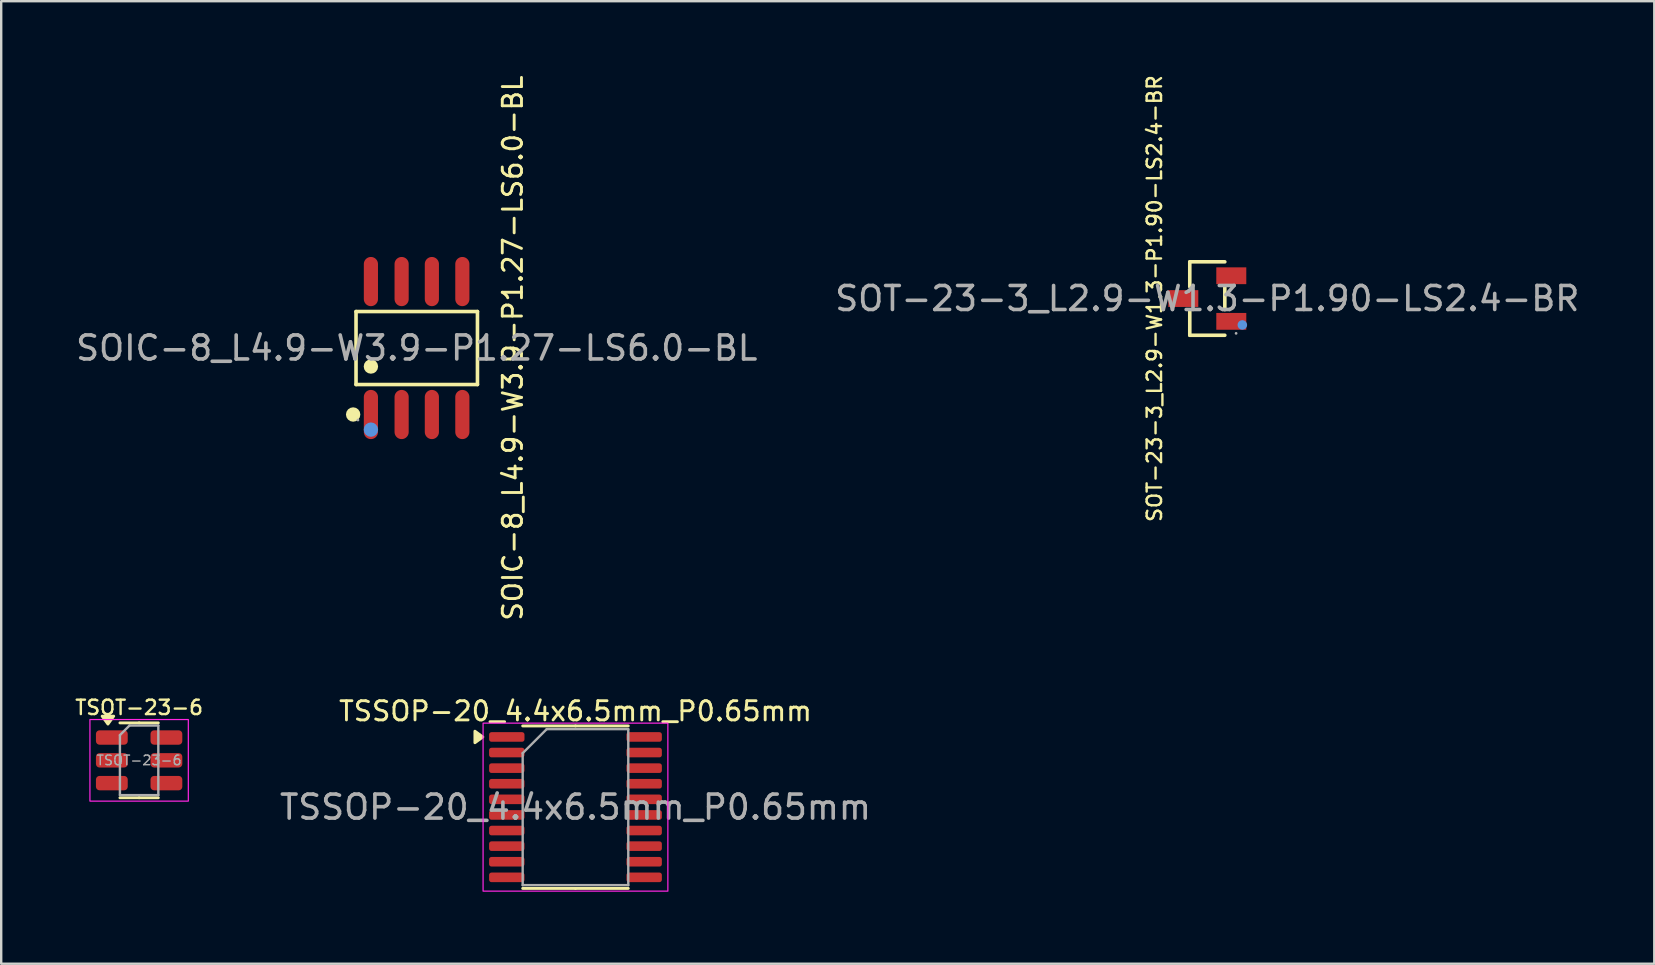
<source format=kicad_pcb>
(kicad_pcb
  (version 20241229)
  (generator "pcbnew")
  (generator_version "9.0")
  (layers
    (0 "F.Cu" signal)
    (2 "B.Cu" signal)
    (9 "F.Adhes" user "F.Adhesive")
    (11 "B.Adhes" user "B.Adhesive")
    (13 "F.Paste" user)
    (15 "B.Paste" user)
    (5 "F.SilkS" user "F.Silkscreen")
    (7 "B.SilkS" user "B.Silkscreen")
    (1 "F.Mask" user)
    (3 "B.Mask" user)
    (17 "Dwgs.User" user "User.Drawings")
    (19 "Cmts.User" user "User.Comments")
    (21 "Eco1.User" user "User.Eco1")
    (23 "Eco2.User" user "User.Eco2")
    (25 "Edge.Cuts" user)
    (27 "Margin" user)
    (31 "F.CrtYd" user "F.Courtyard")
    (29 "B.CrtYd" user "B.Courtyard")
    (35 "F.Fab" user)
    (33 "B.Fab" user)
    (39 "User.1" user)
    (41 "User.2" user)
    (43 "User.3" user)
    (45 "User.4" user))
  (footprint "SOT-23-3_L2.9-W1.3-P1.90-LS2.4-BR"
    (layer "F.Cu")
    (at 47.256 9.39)
    (property "Reference" "SOT-23-3_L2.9-W1.3-P1.90-LS2.4-BR" (at -2.2 0 270) (layer "F.SilkS") (effects (font (size 0.6 0.6) (thickness 0.1))))
    (attr smd)
    (fp_line (start -0.73 -1.53) (end -0.73 -0.49) (stroke (width 0.15) (type solid)) (layer "F.SilkS"))
    (fp_line (start -0.73 1.53) (end -0.73 0.49) (stroke (width 0.15) (type solid)) (layer "F.SilkS"))
    (fp_line (start 0.73 -1.53) (end -0.73 -1.53) (stroke (width 0.15) (type solid)) (layer "F.SilkS"))
    (fp_line (start 0.73 -0.46) (end 0.73 0.46) (stroke (width 0.15) (type solid)) (layer "F.SilkS"))
    (fp_line (start 0.73 1.53) (end -0.73 1.53) (stroke (width 0.15) (type solid)) (layer "F.SilkS"))
    (fp_circle (center 1.46 1.1) (end 1.56 1.1) (stroke (width 0.2) (type solid)) (fill no) (layer "Cmts.User"))
    (fp_circle (center 1.2 1.45) (end 1.23 1.45) (stroke (width 0.06) (type solid)) (fill no) (layer "F.Fab"))
    (fp_text user "${REFERENCE}" (at 0 0 180) (layer "F.Fab") (effects (font (size 1 1) (thickness 0.15))))
    (pad "1" smd rect (at 1 0.95) (size 1.25 0.7) (layers "F.Cu" "F.Mask" "F.Paste"))
    (pad "2" smd rect (at 1 -0.95) (size 1.25 0.7) (layers "F.Cu" "F.Mask" "F.Paste"))
    (pad "3" smd rect (at -1 0) (size 1.25 0.7) (layers "F.Cu" "F.Mask" "F.Paste")))
  (footprint "SOIC-8_L4.9-W3.9-P1.27-LS6.0-BL"
    (layer "F.Cu")
    (at 14.315 11.452)
    (property "Reference" "SOIC-8_L4.9-W3.9-P1.27-LS6.0-BL" (at 4 0 90) (layer "F.SilkS") (effects (font (size 0.8 0.8) (thickness 0.12))))
    (attr smd)
    (fp_line (start -2.53 -1.52) (end 2.53 -1.52) (stroke (width 0.15) (type solid)) (layer "F.SilkS"))
    (fp_line (start -2.53 1.52) (end -2.53 -1.52) (stroke (width 0.15) (type solid)) (layer "F.SilkS"))
    (fp_line (start 2.53 -1.52) (end 2.53 1.52) (stroke (width 0.15) (type solid)) (layer "F.SilkS"))
    (fp_line (start 2.53 1.52) (end -2.53 1.52) (stroke (width 0.15) (type solid)) (layer "F.SilkS"))
    (fp_circle (center -2.65 2.77) (end -2.5 2.77) (stroke (width 0.3) (type solid)) (fill no) (layer "F.SilkS"))
    (fp_circle (center -1.91 0.77) (end -1.76 0.77) (stroke (width 0.3) (type solid)) (fill no) (layer "F.SilkS"))
    (fp_circle (center -1.91 3.4) (end -1.76 3.4) (stroke (width 0.3) (type solid)) (fill no) (layer "Cmts.User"))
    (fp_circle (center -2.45 3) (end -2.42 3) (stroke (width 0.06) (type solid)) (fill no) (layer "F.Fab"))
    (fp_text user "${REFERENCE}" (at 0 0 0) (layer "F.Fab") (effects (font (size 1 1) (thickness 0.15))))
    (pad "1" smd oval (at -1.91 2.77) (size 0.59 2.05) (layers "F.Cu" "F.Mask" "F.Paste"))
    (pad "2" smd oval (at -0.63 2.77) (size 0.59 2.05) (layers "F.Cu" "F.Mask" "F.Paste"))
    (pad "3" smd oval (at 0.63 2.77) (size 0.59 2.05) (layers "F.Cu" "F.Mask" "F.Paste"))
    (pad "4" smd oval (at 1.9 2.77) (size 0.59 2.05) (layers "F.Cu" "F.Mask" "F.Paste"))
    (pad "5" smd oval (at 1.9 -2.77) (size 0.59 2.05) (layers "F.Cu" "F.Mask" "F.Paste"))
    (pad "6" smd oval (at 0.63 -2.77) (size 0.59 2.05) (layers "F.Cu" "F.Mask" "F.Paste"))
    (pad "7" smd oval (at -0.63 -2.77) (size 0.59 2.05) (layers "F.Cu" "F.Mask" "F.Paste"))
    (pad "8" smd oval (at -1.91 -2.77) (size 0.59 2.05) (layers "F.Cu" "F.Mask" "F.Paste")))
  (footprint "TSOT-23-6"
    (layer "F.Cu")
    (at 2.747 28.631)
    (property "Reference" "TSOT-23-6" (at 0 -2.2 0) (layer "F.SilkS") (effects (font (size 0.6 0.6) (thickness 0.1))))
    (attr smd)
    (fp_line (start 0 -1.56) (end -0.8 -1.56) (stroke (width 0.12) (type solid)) (layer "F.SilkS"))
    (fp_line (start 0 -1.56) (end 0.8 -1.56) (stroke (width 0.12) (type solid)) (layer "F.SilkS"))
    (fp_line (start 0 1.56) (end -0.8 1.56) (stroke (width 0.12) (type solid)) (layer "F.SilkS"))
    (fp_line (start 0 1.56) (end 0.8 1.56) (stroke (width 0.12) (type solid)) (layer "F.SilkS"))
    (fp_poly (pts (xy -1.3 -1.51) (xy -1.54 -1.84) (xy -1.06 -1.84)) (stroke (width 0.12) (type solid)) (fill yes) (layer "F.SilkS"))
    (fp_rect (start -2.05 -1.7) (end 2.05 1.7) (stroke (width 0.05) (type solid)) (fill no) (layer "F.CrtYd"))
    (fp_line (start -0.8 -1.05) (end -0.4 -1.45) (stroke (width 0.1) (type solid)) (layer "F.Fab"))
    (fp_line (start -0.8 1.45) (end -0.8 -1.05) (stroke (width 0.1) (type solid)) (layer "F.Fab"))
    (fp_line (start -0.4 -1.45) (end 0.8 -1.45) (stroke (width 0.1) (type solid)) (layer "F.Fab"))
    (fp_line (start 0.8 -1.45) (end 0.8 1.45) (stroke (width 0.1) (type solid)) (layer "F.Fab"))
    (fp_line (start 0.8 1.45) (end -0.8 1.45) (stroke (width 0.1) (type solid)) (layer "F.Fab"))
    (fp_text user "${REFERENCE}" (at 0 0 0) (layer "F.Fab") (effects (font (size 0.4 0.4) (thickness 0.06))))
    (pad "1" smd roundrect (at -1.137 -0.95) (size 1.325 0.6) (layers "F.Cu" "F.Mask" "F.Paste") (roundrect_rratio 0.25))
    (pad "2" smd roundrect (at -1.137 0) (size 1.325 0.6) (layers "F.Cu" "F.Mask" "F.Paste") (roundrect_rratio 0.25))
    (pad "3" smd roundrect (at -1.137 0.95) (size 1.325 0.6) (layers "F.Cu" "F.Mask" "F.Paste") (roundrect_rratio 0.25))
    (pad "4" smd roundrect (at 1.137 0.95) (size 1.325 0.6) (layers "F.Cu" "F.Mask" "F.Paste") (roundrect_rratio 0.25))
    (pad "5" smd roundrect (at 1.137 0) (size 1.325 0.6) (layers "F.Cu" "F.Mask" "F.Paste") (roundrect_rratio 0.25))
    (pad "6" smd roundrect (at 1.137 -0.95) (size 1.325 0.6) (layers "F.Cu" "F.Mask" "F.Paste") (roundrect_rratio 0.25)))
  (footprint "TSSOP-20_4.4x6.5mm_P0.65mm"
    (layer "F.Cu")
    (at 20.929 30.583)
    (property "Reference" "TSSOP-20_4.4x6.5mm_P0.65mm" (at 0 -4 0) (layer "F.SilkS") (effects (font (size 0.8 0.8) (thickness 0.12))))
    (attr smd)
    (fp_line (start 0 -3.385) (end -2.2 -3.385) (stroke (width 0.12) (type solid)) (layer "F.SilkS"))
    (fp_line (start 0 -3.385) (end 2.2 -3.385) (stroke (width 0.12) (type solid)) (layer "F.SilkS"))
    (fp_line (start 0 3.385) (end -2.2 3.385) (stroke (width 0.12) (type solid)) (layer "F.SilkS"))
    (fp_line (start 0 3.385) (end 2.2 3.385) (stroke (width 0.12) (type solid)) (layer "F.SilkS"))
    (fp_poly (pts (xy -3.86 -2.925) (xy -4.19 -2.685) (xy -4.19 -3.165)) (stroke (width 0.12) (type solid)) (fill yes) (layer "F.SilkS"))
    (fp_rect (start -3.85 -3.5) (end 3.85 3.5) (stroke (width 0.05) (type solid)) (fill no) (layer "F.CrtYd"))
    (fp_line (start -2.2 -2.25) (end -1.2 -3.25) (stroke (width 0.1) (type solid)) (layer "F.Fab"))
    (fp_line (start -2.2 3.25) (end -2.2 -2.25) (stroke (width 0.1) (type solid)) (layer "F.Fab"))
    (fp_line (start -1.2 -3.25) (end 2.2 -3.25) (stroke (width 0.1) (type solid)) (layer "F.Fab"))
    (fp_line (start 2.2 -3.25) (end 2.2 3.25) (stroke (width 0.1) (type solid)) (layer "F.Fab"))
    (fp_line (start 2.2 3.25) (end -2.2 3.25) (stroke (width 0.1) (type solid)) (layer "F.Fab"))
    (fp_text user "${REFERENCE}" (at 0 0 0) (layer "F.Fab") (effects (font (size 1 1) (thickness 0.15))))
    (pad "1" smd roundrect (at -2.862 -2.925) (size 1.475 0.4) (layers "F.Cu" "F.Mask" "F.Paste") (roundrect_rratio 0.25))
    (pad "2" smd roundrect (at -2.862 -2.275) (size 1.475 0.4) (layers "F.Cu" "F.Mask" "F.Paste") (roundrect_rratio 0.25))
    (pad "3" smd roundrect (at -2.862 -1.625) (size 1.475 0.4) (layers "F.Cu" "F.Mask" "F.Paste") (roundrect_rratio 0.25))
    (pad "4" smd roundrect (at -2.862 -0.975) (size 1.475 0.4) (layers "F.Cu" "F.Mask" "F.Paste") (roundrect_rratio 0.25))
    (pad "5" smd roundrect (at -2.862 -0.325) (size 1.475 0.4) (layers "F.Cu" "F.Mask" "F.Paste") (roundrect_rratio 0.25))
    (pad "6" smd roundrect (at -2.862 0.325) (size 1.475 0.4) (layers "F.Cu" "F.Mask" "F.Paste") (roundrect_rratio 0.25))
    (pad "7" smd roundrect (at -2.862 0.975) (size 1.475 0.4) (layers "F.Cu" "F.Mask" "F.Paste") (roundrect_rratio 0.25))
    (pad "8" smd roundrect (at -2.862 1.625) (size 1.475 0.4) (layers "F.Cu" "F.Mask" "F.Paste") (roundrect_rratio 0.25))
    (pad "9" smd roundrect (at -2.862 2.275) (size 1.475 0.4) (layers "F.Cu" "F.Mask" "F.Paste") (roundrect_rratio 0.25))
    (pad "10" smd roundrect (at -2.862 2.925) (size 1.475 0.4) (layers "F.Cu" "F.Mask" "F.Paste") (roundrect_rratio 0.25))
    (pad "11" smd roundrect (at 2.862 2.925) (size 1.475 0.4) (layers "F.Cu" "F.Mask" "F.Paste") (roundrect_rratio 0.25))
    (pad "12" smd roundrect (at 2.862 2.275) (size 1.475 0.4) (layers "F.Cu" "F.Mask" "F.Paste") (roundrect_rratio 0.25))
    (pad "13" smd roundrect (at 2.862 1.625) (size 1.475 0.4) (layers "F.Cu" "F.Mask" "F.Paste") (roundrect_rratio 0.25))
    (pad "14" smd roundrect (at 2.862 0.975) (size 1.475 0.4) (layers "F.Cu" "F.Mask" "F.Paste") (roundrect_rratio 0.25))
    (pad "15" smd roundrect (at 2.862 0.325) (size 1.475 0.4) (layers "F.Cu" "F.Mask" "F.Paste") (roundrect_rratio 0.25))
    (pad "16" smd roundrect (at 2.862 -0.325) (size 1.475 0.4) (layers "F.Cu" "F.Mask" "F.Paste") (roundrect_rratio 0.25))
    (pad "17" smd roundrect (at 2.862 -0.975) (size 1.475 0.4) (layers "F.Cu" "F.Mask" "F.Paste") (roundrect_rratio 0.25))
    (pad "18" smd roundrect (at 2.862 -1.625) (size 1.475 0.4) (layers "F.Cu" "F.Mask" "F.Paste") (roundrect_rratio 0.25))
    (pad "19" smd roundrect (at 2.862 -2.275) (size 1.475 0.4) (layers "F.Cu" "F.Mask" "F.Paste") (roundrect_rratio 0.25))
    (pad "20" smd roundrect (at 2.862 -2.925) (size 1.475 0.4) (layers "F.Cu" "F.Mask" "F.Paste") (roundrect_rratio 0.25)))
  (gr_rect
    (start -3 -3)
    (end 65.881 37.108)
    (stroke (width 0.1) (type default))
    (fill no)
    (layer "Edge.Cuts")))
</source>
